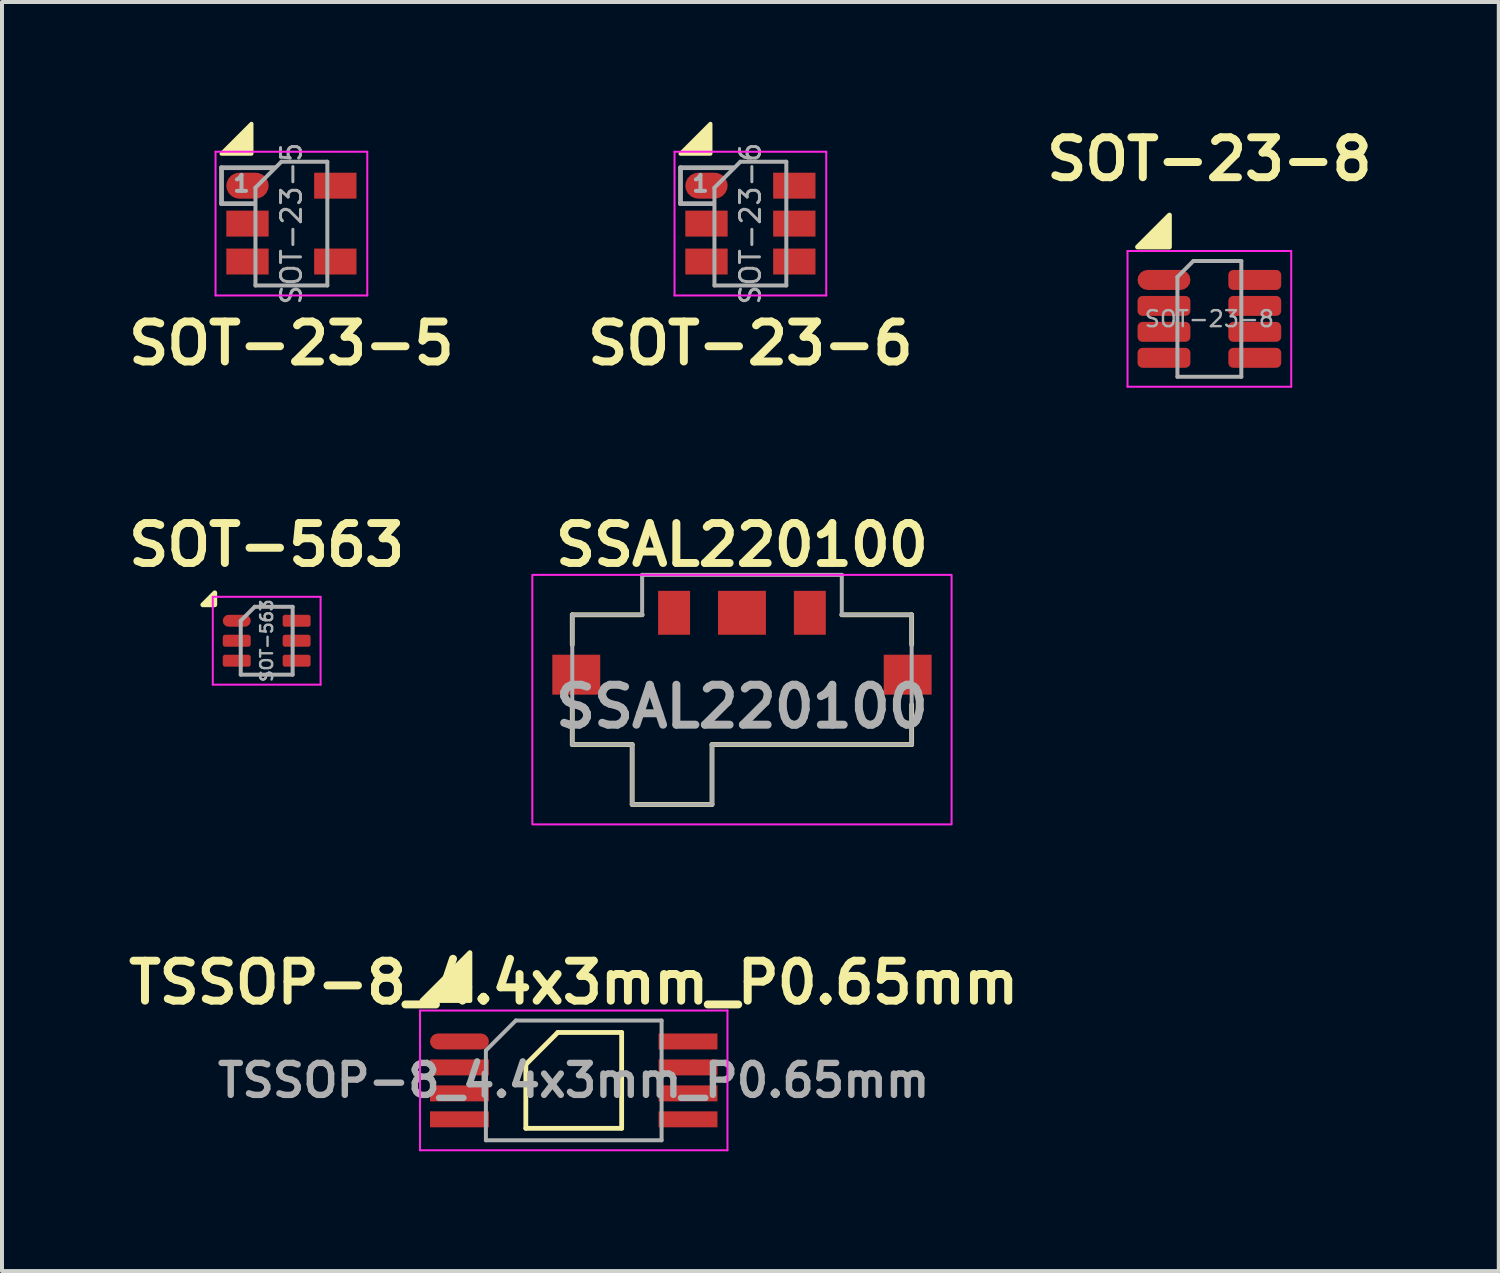
<source format=kicad_pcb>
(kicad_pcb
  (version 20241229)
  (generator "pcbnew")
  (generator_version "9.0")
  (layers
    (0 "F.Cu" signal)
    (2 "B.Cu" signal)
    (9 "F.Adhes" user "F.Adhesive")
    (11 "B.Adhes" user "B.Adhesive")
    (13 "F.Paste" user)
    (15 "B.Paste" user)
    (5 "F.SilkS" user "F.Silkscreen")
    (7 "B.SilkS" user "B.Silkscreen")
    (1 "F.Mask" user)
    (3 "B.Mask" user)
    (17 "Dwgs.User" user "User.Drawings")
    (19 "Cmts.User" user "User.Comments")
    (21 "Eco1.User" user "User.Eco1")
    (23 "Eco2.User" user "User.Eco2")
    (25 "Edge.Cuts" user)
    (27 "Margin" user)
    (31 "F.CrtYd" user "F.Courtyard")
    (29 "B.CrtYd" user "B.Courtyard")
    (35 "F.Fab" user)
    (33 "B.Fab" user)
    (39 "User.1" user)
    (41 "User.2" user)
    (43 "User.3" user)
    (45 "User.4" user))
  (footprint "SOT-563"
    (layer "F.Cu")
    (at 3.629 12.997)
    (property "Reference" "SOT-563" (at 0 -2.4 0) (layer "F.SilkS") (effects (font (size 1 1) (thickness 0.2))))
    (attr smd)
    (fp_poly (pts (xy -1.3 -0.9) (xy -1.6 -0.9) (xy -1.3 -1.2)) (stroke (width 0.12) (type solid)) (fill yes) (layer "F.SilkS"))
    (fp_line (start -1.35 -1.1) (end -1.35 1.1) (stroke (width 0.05) (type solid)) (layer "F.CrtYd"))
    (fp_line (start -1.35 -1.1) (end 1.35 -1.1) (stroke (width 0.05) (type solid)) (layer "F.CrtYd"))
    (fp_line (start 1.35 1.1) (end -1.35 1.1) (stroke (width 0.05) (type solid)) (layer "F.CrtYd"))
    (fp_line (start 1.35 1.1) (end 1.35 -1.1) (stroke (width 0.05) (type solid)) (layer "F.CrtYd"))
    (fp_line (start -0.65 -0.5) (end -0.65 0.85) (stroke (width 0.1) (type solid)) (layer "F.Fab"))
    (fp_line (start -0.65 -0.5) (end -0.3 -0.85) (stroke (width 0.1) (type solid)) (layer "F.Fab"))
    (fp_line (start -0.65 0.85) (end 0.65 0.85) (stroke (width 0.1) (type solid)) (layer "F.Fab"))
    (fp_line (start 0.65 -0.85) (end -0.3 -0.85) (stroke (width 0.1) (type solid)) (layer "F.Fab"))
    (fp_line (start 0.65 0.85) (end 0.65 -0.85) (stroke (width 0.1) (type solid)) (layer "F.Fab"))
    (fp_text user "${REFERENCE}" (at 0 0 90) (layer "F.Fab") (effects (font (size 0.3 0.3) (thickness 0.06))))
    (pad "1" smd roundrect (at -0.75 -0.5) (size 0.7 0.3) (layers "F.Cu" "F.Mask" "F.Paste") (roundrect_rratio 0.5))
    (pad "2" smd roundrect (at -0.75 0) (size 0.7 0.3) (layers "F.Cu" "F.Mask" "F.Paste") (roundrect_rratio 0.2))
    (pad "3" smd roundrect (at -0.75 0.5) (size 0.7 0.3) (layers "F.Cu" "F.Mask" "F.Paste") (roundrect_rratio 0.2))
    (pad "4" smd roundrect (at 0.75 0.5) (size 0.7 0.3) (layers "F.Cu" "F.Mask" "F.Paste") (roundrect_rratio 0.2))
    (pad "5" smd roundrect (at 0.75 0) (size 0.7 0.3) (layers "F.Cu" "F.Mask" "F.Paste") (roundrect_rratio 0.2))
    (pad "6" smd roundrect (at 0.75 -0.5) (size 0.7 0.3) (layers "F.Cu" "F.Mask" "F.Paste") (roundrect_rratio 0.2)))
  (footprint "TSSOP-8_4.4x3mm_P0.65mm"
    (layer "F.Cu")
    (at 11.319 24.008)
    (property "Reference" "TSSOP-8_4.4x3mm_P0.65mm" (at 0 -2.45 0) (layer "F.SilkS") (effects (font (size 1 1) (thickness 0.2))))
    (attr smd)
    (fp_line (start -1.2 -0.4) (end -0.4 -1.2) (stroke (width 0.12) (type solid)) (layer "F.SilkS"))
    (fp_line (start -1.2 1.2) (end -1.2 -0.4) (stroke (width 0.12) (type solid)) (layer "F.SilkS"))
    (fp_line (start -0.4 -1.2) (end 1.2 -1.2) (stroke (width 0.12) (type solid)) (layer "F.SilkS"))
    (fp_line (start 1.2 -1.2) (end 1.2 1.2) (stroke (width 0.12) (type solid)) (layer "F.SilkS"))
    (fp_line (start 1.2 1.2) (end -1.2 1.2) (stroke (width 0.12) (type solid)) (layer "F.SilkS"))
    (fp_poly (pts (xy -2.6 -2) (xy -3.8 -2) (xy -2.6 -3.2)) (stroke (width 0.12) (type solid)) (fill yes) (layer "F.SilkS"))
    (fp_line (start -3.85 -1.75) (end -3.85 1.75) (stroke (width 0.05) (type solid)) (layer "F.CrtYd"))
    (fp_line (start -3.85 1.75) (end 3.85 1.75) (stroke (width 0.05) (type solid)) (layer "F.CrtYd"))
    (fp_line (start 3.85 -1.75) (end -3.85 -1.75) (stroke (width 0.05) (type solid)) (layer "F.CrtYd"))
    (fp_line (start 3.85 1.75) (end 3.85 -1.75) (stroke (width 0.05) (type solid)) (layer "F.CrtYd"))
    (fp_line (start -2.2 -0.75) (end -1.45 -1.5) (stroke (width 0.1) (type solid)) (layer "F.Fab"))
    (fp_line (start -2.2 1.5) (end -2.2 -0.75) (stroke (width 0.1) (type solid)) (layer "F.Fab"))
    (fp_line (start -1.45 -1.5) (end 2.2 -1.5) (stroke (width 0.1) (type solid)) (layer "F.Fab"))
    (fp_line (start 2.2 -1.5) (end 2.2 1.5) (stroke (width 0.1) (type solid)) (layer "F.Fab"))
    (fp_line (start 2.2 1.5) (end -2.2 1.5) (stroke (width 0.1) (type solid)) (layer "F.Fab"))
    (fp_text user "${REFERENCE}" (at 0 0 0) (layer "F.Fab") (effects (font (size 0.8 0.8) (thickness 0.16))))
    (pad "1" smd roundrect (at -2.862 -0.975) (size 1.475 0.4) (layers "F.Cu" "F.Mask" "F.Paste") (roundrect_rratio 0.5))
    (pad "2" smd rect (at -2.862 -0.325) (size 1.475 0.4) (layers "F.Cu" "F.Mask" "F.Paste"))
    (pad "3" smd rect (at -2.862 0.325) (size 1.475 0.4) (layers "F.Cu" "F.Mask" "F.Paste"))
    (pad "4" smd rect (at -2.862 0.975) (size 1.475 0.4) (layers "F.Cu" "F.Mask" "F.Paste"))
    (pad "5" smd rect (at 2.862 0.975) (size 1.475 0.4) (layers "F.Cu" "F.Mask" "F.Paste"))
    (pad "6" smd rect (at 2.862 0.325) (size 1.475 0.4) (layers "F.Cu" "F.Mask" "F.Paste"))
    (pad "7" smd rect (at 2.862 -0.325) (size 1.475 0.4) (layers "F.Cu" "F.Mask" "F.Paste"))
    (pad "8" smd rect (at 2.862 -0.975) (size 1.475 0.4) (layers "F.Cu" "F.Mask" "F.Paste")))
  (footprint "SOT-23-6"
    (layer "F.Cu")
    (at 15.743 2.55)
    (property "Reference" "SOT-23-6" (at 0 3 0) (layer "F.SilkS") (effects (font (size 1 1) (thickness 0.2))))
    (attr smd)
    (fp_poly (pts (xy -1.75 -1.75) (xy -1 -1.75) (xy -1 -2.5)) (stroke (width 0.1) (type solid)) (fill yes) (layer "F.SilkS"))
    (fp_line (start -1.9 -1.8) (end -1.9 1.8) (stroke (width 0.05) (type solid)) (layer "F.CrtYd"))
    (fp_line (start -1.9 1.8) (end 1.9 1.8) (stroke (width 0.05) (type solid)) (layer "F.CrtYd"))
    (fp_line (start 1.9 -1.8) (end -1.9 -1.8) (stroke (width 0.05) (type solid)) (layer "F.CrtYd"))
    (fp_line (start 1.9 1.8) (end 1.9 -1.8) (stroke (width 0.05) (type solid)) (layer "F.CrtYd"))
    (fp_line (start -1.75 -1.4) (end -1.75 -0.5) (stroke (width 0.12) (type solid)) (layer "F.Fab"))
    (fp_line (start -1.75 -0.5) (end -0.925 -0.5) (stroke (width 0.12) (type solid)) (layer "F.Fab"))
    (fp_line (start -0.9 -0.9) (end -0.9 1.55) (stroke (width 0.1) (type solid)) (layer "F.Fab"))
    (fp_line (start -0.9 -0.9) (end -0.25 -1.55) (stroke (width 0.1) (type solid)) (layer "F.Fab"))
    (fp_line (start -0.425 -1.4) (end -1.75 -1.4) (stroke (width 0.12) (type solid)) (layer "F.Fab"))
    (fp_line (start 0.9 -1.55) (end -0.25 -1.55) (stroke (width 0.1) (type solid)) (layer "F.Fab"))
    (fp_line (start 0.9 -1.55) (end 0.9 1.55) (stroke (width 0.1) (type solid)) (layer "F.Fab"))
    (fp_line (start 0.9 1.55) (end -0.9 1.55) (stroke (width 0.1) (type solid)) (layer "F.Fab"))
    (fp_text user "${REFERENCE}" (at 0 0 90) (layer "F.Fab") (effects (font (size 0.5 0.5) (thickness 0.075))))
    (fp_text user "1" (at -1.25 -1 180) (layer "F.Fab") (effects (font (size 0.4 0.4) (thickness 0.1))))
    (pad "1" smd roundrect (at -1.1 -0.95) (size 1.06 0.65) (layers "F.Cu" "F.Mask" "F.Paste") (roundrect_rratio 0.5))
    (pad "2" smd rect (at -1.1 0) (size 1.06 0.65) (layers "F.Cu" "F.Mask" "F.Paste"))
    (pad "3" smd rect (at -1.1 0.95) (size 1.06 0.65) (layers "F.Cu" "F.Mask" "F.Paste"))
    (pad "4" smd rect (at 1.1 0.95) (size 1.06 0.65) (layers "F.Cu" "F.Mask" "F.Paste"))
    (pad "5" smd rect (at 1.1 0) (size 1.06 0.65) (layers "F.Cu" "F.Mask" "F.Paste"))
    (pad "6" smd rect (at 1.1 -0.95) (size 1.06 0.65) (layers "F.Cu" "F.Mask" "F.Paste")))
  (footprint "SOT-23-5"
    (layer "F.Cu")
    (at 4.248 2.55)
    (property "Reference" "SOT-23-5" (at 0 3 0) (layer "F.SilkS") (effects (font (size 1 1) (thickness 0.2))))
    (attr smd)
    (fp_poly (pts (xy -1.75 -1.75) (xy -1 -1.75) (xy -1 -2.5)) (stroke (width 0.1) (type solid)) (fill yes) (layer "F.SilkS"))
    (fp_line (start -1.9 -1.8) (end -1.9 1.8) (stroke (width 0.05) (type solid)) (layer "F.CrtYd"))
    (fp_line (start -1.9 1.8) (end 1.9 1.8) (stroke (width 0.05) (type solid)) (layer "F.CrtYd"))
    (fp_line (start 1.9 -1.8) (end -1.9 -1.8) (stroke (width 0.05) (type solid)) (layer "F.CrtYd"))
    (fp_line (start 1.9 1.8) (end 1.9 -1.8) (stroke (width 0.05) (type solid)) (layer "F.CrtYd"))
    (fp_line (start -1.75 -1.4) (end -1.75 -0.5) (stroke (width 0.12) (type solid)) (layer "F.Fab"))
    (fp_line (start -1.75 -0.5) (end -0.925 -0.5) (stroke (width 0.12) (type solid)) (layer "F.Fab"))
    (fp_line (start -0.9 -0.9) (end -0.9 1.55) (stroke (width 0.1) (type solid)) (layer "F.Fab"))
    (fp_line (start -0.9 -0.9) (end -0.25 -1.55) (stroke (width 0.1) (type solid)) (layer "F.Fab"))
    (fp_line (start -0.425 -1.4) (end -1.75 -1.4) (stroke (width 0.12) (type solid)) (layer "F.Fab"))
    (fp_line (start 0.9 -1.55) (end -0.25 -1.55) (stroke (width 0.1) (type solid)) (layer "F.Fab"))
    (fp_line (start 0.9 -1.55) (end 0.9 1.55) (stroke (width 0.1) (type solid)) (layer "F.Fab"))
    (fp_line (start 0.9 1.55) (end -0.9 1.55) (stroke (width 0.1) (type solid)) (layer "F.Fab"))
    (fp_text user "${REFERENCE}" (at 0 0 90) (layer "F.Fab") (effects (font (size 0.5 0.5) (thickness 0.075))))
    (fp_text user "1" (at -1.25 -1 180) (layer "F.Fab") (effects (font (size 0.4 0.4) (thickness 0.1))))
    (pad "1" smd roundrect (at -1.1 -0.95) (size 1.06 0.65) (layers "F.Cu" "F.Mask" "F.Paste") (roundrect_rratio 0.5))
    (pad "2" smd rect (at -1.1 0) (size 1.06 0.65) (layers "F.Cu" "F.Mask" "F.Paste"))
    (pad "3" smd rect (at -1.1 0.95) (size 1.06 0.65) (layers "F.Cu" "F.Mask" "F.Paste"))
    (pad "4" smd rect (at 1.1 0.95) (size 1.06 0.65) (layers "F.Cu" "F.Mask" "F.Paste"))
    (pad "5" smd rect (at 1.1 -0.95) (size 1.06 0.65) (layers "F.Cu" "F.Mask" "F.Paste")))
  (footprint "SOT-23-8"
    (layer "F.Cu")
    (at 27.238 4.936)
    (property "Reference" "SOT-23-8" (at 0 -4 0) (layer "F.SilkS") (effects (font (size 1 1) (thickness 0.2))))
    (attr smd)
    (fp_poly (pts (xy -1 -1.8) (xy -1.8 -1.8) (xy -1 -2.6)) (stroke (width 0.12) (type solid)) (fill yes) (layer "F.SilkS"))
    (fp_line (start -2.05 -1.7) (end -2.05 1.7) (stroke (width 0.05) (type solid)) (layer "F.CrtYd"))
    (fp_line (start -2.05 1.7) (end 2.05 1.7) (stroke (width 0.05) (type solid)) (layer "F.CrtYd"))
    (fp_line (start 2.05 -1.7) (end -2.05 -1.7) (stroke (width 0.05) (type solid)) (layer "F.CrtYd"))
    (fp_line (start 2.05 1.7) (end 2.05 -1.7) (stroke (width 0.05) (type solid)) (layer "F.CrtYd"))
    (fp_line (start -0.8 -1.05) (end -0.4 -1.45) (stroke (width 0.1) (type solid)) (layer "F.Fab"))
    (fp_line (start -0.8 1.45) (end -0.8 -1.05) (stroke (width 0.1) (type solid)) (layer "F.Fab"))
    (fp_line (start -0.4 -1.45) (end 0.8 -1.45) (stroke (width 0.1) (type solid)) (layer "F.Fab"))
    (fp_line (start 0.8 -1.45) (end 0.8 1.45) (stroke (width 0.1) (type solid)) (layer "F.Fab"))
    (fp_line (start 0.8 1.45) (end -0.8 1.45) (stroke (width 0.1) (type solid)) (layer "F.Fab"))
    (fp_text user "${REFERENCE}" (at 0 0 0) (layer "F.Fab") (effects (font (size 0.4 0.4) (thickness 0.06))))
    (pad "1" smd roundrect (at -1.137 -0.975) (size 1.325 0.5) (layers "F.Cu" "F.Mask" "F.Paste") (roundrect_rratio 0.5))
    (pad "2" smd roundrect (at -1.137 -0.325) (size 1.325 0.5) (layers "F.Cu" "F.Mask" "F.Paste") (roundrect_rratio 0.25))
    (pad "3" smd roundrect (at -1.137 0.325) (size 1.325 0.5) (layers "F.Cu" "F.Mask" "F.Paste") (roundrect_rratio 0.25))
    (pad "4" smd roundrect (at -1.137 0.975) (size 1.325 0.5) (layers "F.Cu" "F.Mask" "F.Paste") (roundrect_rratio 0.25))
    (pad "5" smd roundrect (at 1.137 0.975) (size 1.325 0.5) (layers "F.Cu" "F.Mask" "F.Paste") (roundrect_rratio 0.25))
    (pad "6" smd roundrect (at 1.137 0.325) (size 1.325 0.5) (layers "F.Cu" "F.Mask" "F.Paste") (roundrect_rratio 0.25))
    (pad "7" smd roundrect (at 1.137 -0.325) (size 1.325 0.5) (layers "F.Cu" "F.Mask" "F.Paste") (roundrect_rratio 0.25))
    (pad "8" smd roundrect (at 1.137 -0.975) (size 1.325 0.5) (layers "F.Cu" "F.Mask" "F.Paste") (roundrect_rratio 0.25)))
  (footprint "SSAL220100"
    (layer "F.Cu")
    (at 15.532 13.847)
    (property "Reference" "SSAL220100" (at 0 -3.25 0) (unlocked yes) (layer "F.SilkS") (effects (font (size 1 1) (thickness 0.2))))
    (attr smd)
    (fp_line (start -4.25 -1.5) (end -2.5 -1.5) (stroke (width 0.12) (type solid)) (layer "F.SilkS"))
    (fp_line (start -4.25 -0.75) (end -4.25 -1.5) (stroke (width 0.12) (type solid)) (layer "F.SilkS"))
    (fp_line (start -4.25 0.75) (end -4.25 1.75) (stroke (width 0.12) (type solid)) (layer "F.SilkS"))
    (fp_line (start -4.25 1.75) (end -2.75 1.75) (stroke (width 0.12) (type solid)) (layer "F.SilkS"))
    (fp_line (start -2.75 1.75) (end -2.75 3.25) (stroke (width 0.12) (type solid)) (layer "F.SilkS"))
    (fp_line (start -2.75 3.25) (end -0.75 3.25) (stroke (width 0.12) (type solid)) (layer "F.SilkS"))
    (fp_line (start -0.75 3.25) (end -0.75 1.75) (stroke (width 0.12) (type solid)) (layer "F.SilkS"))
    (fp_line (start 4.25 -1.5) (end 2.5 -1.5) (stroke (width 0.12) (type solid)) (layer "F.SilkS"))
    (fp_line (start 4.25 -0.75) (end 4.25 -1.5) (stroke (width 0.12) (type solid)) (layer "F.SilkS"))
    (fp_line (start 4.25 0.75) (end 4.25 1.75) (stroke (width 0.12) (type solid)) (layer "F.SilkS"))
    (fp_line (start 4.25 1.75) (end -0.75 1.75) (stroke (width 0.12) (type solid)) (layer "F.SilkS"))
    (fp_rect (start -5.25 -2.5) (end 5.25 3.75) (stroke (width 0.05) (type solid)) (fill no) (layer "F.CrtYd"))
    (fp_line (start -4.25 -1.5) (end -4.25 1.75) (stroke (width 0.1) (type solid)) (layer "F.Fab"))
    (fp_line (start -4.25 1.75) (end -2.75 1.75) (stroke (width 0.1) (type solid)) (layer "F.Fab"))
    (fp_line (start -2.75 1.75) (end -2.75 3.25) (stroke (width 0.1) (type solid)) (layer "F.Fab"))
    (fp_line (start -2.75 3.25) (end -0.75 3.25) (stroke (width 0.1) (type solid)) (layer "F.Fab"))
    (fp_line (start -2.5 -2.5) (end -2.5 -1.5) (stroke (width 0.1) (type solid)) (layer "F.Fab"))
    (fp_line (start -2.5 -1.5) (end -4.25 -1.5) (stroke (width 0.1) (type solid)) (layer "F.Fab"))
    (fp_line (start -0.75 1.75) (end 4.25 1.75) (stroke (width 0.1) (type solid)) (layer "F.Fab"))
    (fp_line (start -0.75 3.25) (end -0.75 1.75) (stroke (width 0.1) (type solid)) (layer "F.Fab"))
    (fp_line (start 2.5 -2.5) (end -2.5 -2.5) (stroke (width 0.1) (type solid)) (layer "F.Fab"))
    (fp_line (start 2.5 -1.5) (end 2.5 -2.5) (stroke (width 0.1) (type solid)) (layer "F.Fab"))
    (fp_line (start 4.25 -1.5) (end 2.5 -1.5) (stroke (width 0.1) (type solid)) (layer "F.Fab"))
    (fp_line (start 4.25 1.75) (end 4.25 -1.5) (stroke (width 0.1) (type solid)) (layer "F.Fab"))
    (fp_text user "${REFERENCE}" (at 0 0.8 0) (unlocked yes) (layer "F.Fab") (effects (font (size 1 1) (thickness 0.2))))
    (pad "1" smd rect (at -1.7 -1.55) (size 0.8 1.1) (layers "F.Cu" "F.Mask" "F.Paste"))
    (pad "2" smd rect (at 0 -1.55) (size 1.2 1.1) (layers "F.Cu" "F.Mask" "F.Paste"))
    (pad "3" smd rect (at 1.7 -1.55) (size 0.8 1.1) (layers "F.Cu" "F.Mask" "F.Paste"))
    (pad "MP" smd rect (at -4.15 0) (size 1.2 1) (layers "F.Cu" "F.Mask" "F.Paste"))
    (pad "MP" smd rect (at 4.15 0) (size 1.2 1) (layers "F.Cu" "F.Mask" "F.Paste"))
    (zone (net_name "") (layer "F.Cu") (hatch edge 0.508) (connect_pads) (min_thickness 0.254) (filled_areas_thickness no) (keepout (tracks not_allowed) (vias not_allowed) (pads allowed) (copperpour not_allowed) (footprints allowed)) (placement (enabled no)) (fill) (polygon (pts (xy 18.782 14.847) (xy 12.282 14.847) (xy 12.282 12.847) (xy 18.782 12.847)))))
  (gr_rect
    (start -3 -3)
    (end 34.486 28.783)
    (stroke (width 0.1) (type default))
    (fill no)
    (layer "Edge.Cuts")))
</source>
